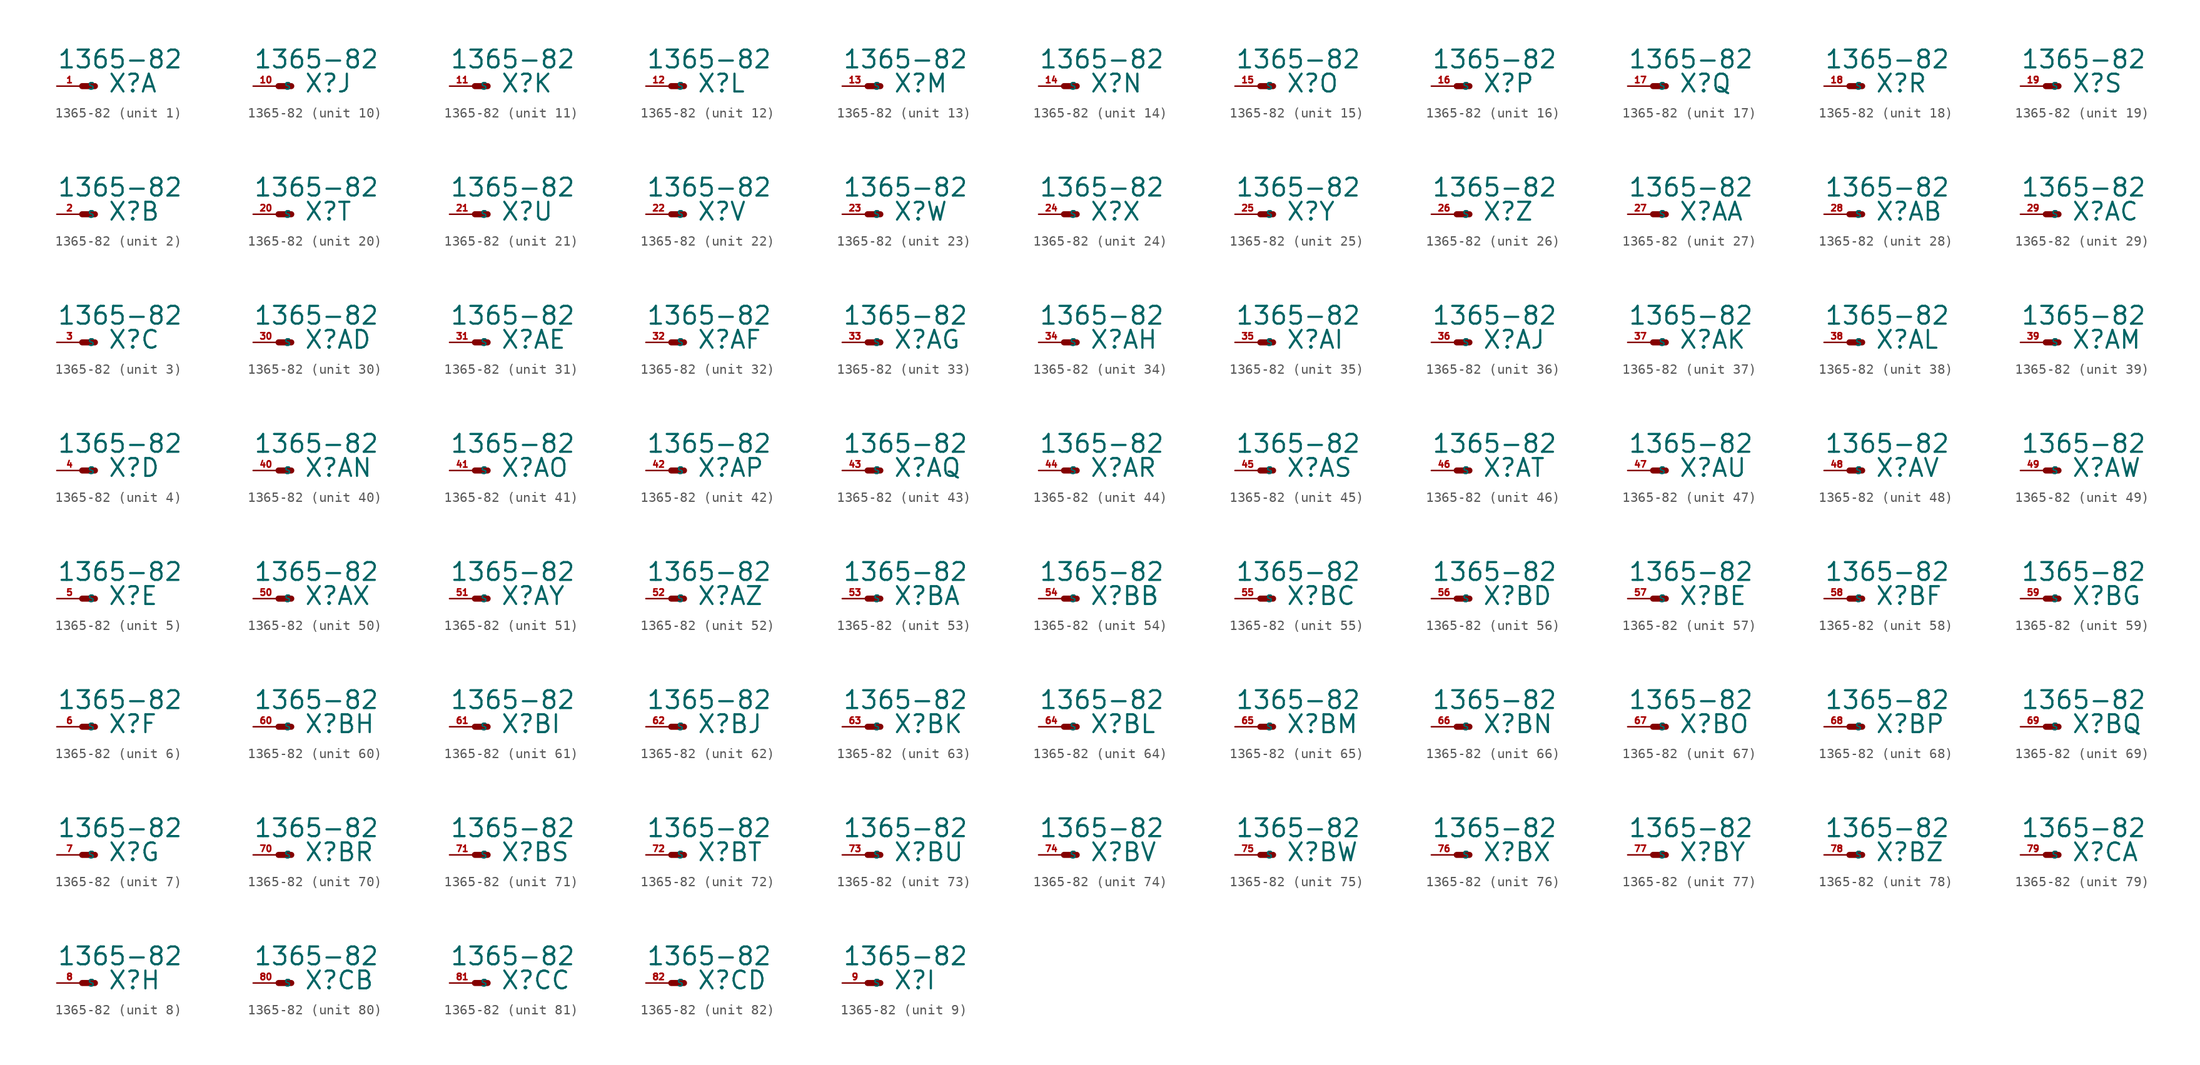
<source format=kicad_sym>
(kicad_symbol_lib
  (version 20220914)
  (generator Eagle2Kicad)
  (symbol "1365-82"
    (property "Reference" "X"
      (at 2.54 -0.762 0)
      (effects (font (size 1.778 1.778) (thickness 0.22)) (justify left bottom)))
    (property "Value" "1365-82"
      (at -2.54 1.651 0)
      (effects (font (size 1.778 1.778) (thickness 0.22)) (justify left bottom)))
    (symbol "1365-82_1_0"
      (polyline (pts (xy 0 0) (xy 1.27 0)) (stroke (width 0.61) (type default)) (fill (type none)))
      (pin passive line (at -2.54 0 0) (length 2.54) (name "S" (effects (font (size 0.635 0.635) (thickness 0.08)) (justify left bottom))) (number "1" (effects (font (size 0.635 0.635) (thickness 0.08)) (justify left bottom)))))
    (symbol "1365-82_2_0"
      (polyline (pts (xy 0 0) (xy 1.27 0)) (stroke (width 0.61) (type default)) (fill (type none)))
      (pin passive line (at -2.54 0 0) (length 2.54) (name "S" (effects (font (size 0.635 0.635) (thickness 0.08)) (justify left bottom))) (number "2" (effects (font (size 0.635 0.635) (thickness 0.08)) (justify left bottom)))))
    (symbol "1365-82_3_0"
      (polyline (pts (xy 0 0) (xy 1.27 0)) (stroke (width 0.61) (type default)) (fill (type none)))
      (pin passive line (at -2.54 0 0) (length 2.54) (name "S" (effects (font (size 0.635 0.635) (thickness 0.08)) (justify left bottom))) (number "3" (effects (font (size 0.635 0.635) (thickness 0.08)) (justify left bottom)))))
    (symbol "1365-82_4_0"
      (polyline (pts (xy 0 0) (xy 1.27 0)) (stroke (width 0.61) (type default)) (fill (type none)))
      (pin passive line (at -2.54 0 0) (length 2.54) (name "S" (effects (font (size 0.635 0.635) (thickness 0.08)) (justify left bottom))) (number "4" (effects (font (size 0.635 0.635) (thickness 0.08)) (justify left bottom)))))
    (symbol "1365-82_5_0"
      (polyline (pts (xy 0 0) (xy 1.27 0)) (stroke (width 0.61) (type default)) (fill (type none)))
      (pin passive line (at -2.54 0 0) (length 2.54) (name "S" (effects (font (size 0.635 0.635) (thickness 0.08)) (justify left bottom))) (number "5" (effects (font (size 0.635 0.635) (thickness 0.08)) (justify left bottom)))))
    (symbol "1365-82_6_0"
      (polyline (pts (xy 0 0) (xy 1.27 0)) (stroke (width 0.61) (type default)) (fill (type none)))
      (pin passive line (at -2.54 0 0) (length 2.54) (name "S" (effects (font (size 0.635 0.635) (thickness 0.08)) (justify left bottom))) (number "6" (effects (font (size 0.635 0.635) (thickness 0.08)) (justify left bottom)))))
    (symbol "1365-82_7_0"
      (polyline (pts (xy 0 0) (xy 1.27 0)) (stroke (width 0.61) (type default)) (fill (type none)))
      (pin passive line (at -2.54 0 0) (length 2.54) (name "S" (effects (font (size 0.635 0.635) (thickness 0.08)) (justify left bottom))) (number "7" (effects (font (size 0.635 0.635) (thickness 0.08)) (justify left bottom)))))
    (symbol "1365-82_8_0"
      (polyline (pts (xy 0 0) (xy 1.27 0)) (stroke (width 0.61) (type default)) (fill (type none)))
      (pin passive line (at -2.54 0 0) (length 2.54) (name "S" (effects (font (size 0.635 0.635) (thickness 0.08)) (justify left bottom))) (number "8" (effects (font (size 0.635 0.635) (thickness 0.08)) (justify left bottom)))))
    (symbol "1365-82_9_0"
      (polyline (pts (xy 0 0) (xy 1.27 0)) (stroke (width 0.61) (type default)) (fill (type none)))
      (pin passive line (at -2.54 0 0) (length 2.54) (name "S" (effects (font (size 0.635 0.635) (thickness 0.08)) (justify left bottom))) (number "9" (effects (font (size 0.635 0.635) (thickness 0.08)) (justify left bottom)))))
    (symbol "1365-82_10_0"
      (polyline (pts (xy 0 0) (xy 1.27 0)) (stroke (width 0.61) (type default)) (fill (type none)))
      (pin passive line (at -2.54 0 0) (length 2.54) (name "S" (effects (font (size 0.635 0.635) (thickness 0.08)) (justify left bottom))) (number "10" (effects (font (size 0.635 0.635) (thickness 0.08)) (justify left bottom)))))
    (symbol "1365-82_11_0"
      (polyline (pts (xy 0 0) (xy 1.27 0)) (stroke (width 0.61) (type default)) (fill (type none)))
      (pin passive line (at -2.54 0 0) (length 2.54) (name "S" (effects (font (size 0.635 0.635) (thickness 0.08)) (justify left bottom))) (number "11" (effects (font (size 0.635 0.635) (thickness 0.08)) (justify left bottom)))))
    (symbol "1365-82_12_0"
      (polyline (pts (xy 0 0) (xy 1.27 0)) (stroke (width 0.61) (type default)) (fill (type none)))
      (pin passive line (at -2.54 0 0) (length 2.54) (name "S" (effects (font (size 0.635 0.635) (thickness 0.08)) (justify left bottom))) (number "12" (effects (font (size 0.635 0.635) (thickness 0.08)) (justify left bottom)))))
    (symbol "1365-82_13_0"
      (polyline (pts (xy 0 0) (xy 1.27 0)) (stroke (width 0.61) (type default)) (fill (type none)))
      (pin passive line (at -2.54 0 0) (length 2.54) (name "S" (effects (font (size 0.635 0.635) (thickness 0.08)) (justify left bottom))) (number "13" (effects (font (size 0.635 0.635) (thickness 0.08)) (justify left bottom)))))
    (symbol "1365-82_14_0"
      (polyline (pts (xy 0 0) (xy 1.27 0)) (stroke (width 0.61) (type default)) (fill (type none)))
      (pin passive line (at -2.54 0 0) (length 2.54) (name "S" (effects (font (size 0.635 0.635) (thickness 0.08)) (justify left bottom))) (number "14" (effects (font (size 0.635 0.635) (thickness 0.08)) (justify left bottom)))))
    (symbol "1365-82_15_0"
      (polyline (pts (xy 0 0) (xy 1.27 0)) (stroke (width 0.61) (type default)) (fill (type none)))
      (pin passive line (at -2.54 0 0) (length 2.54) (name "S" (effects (font (size 0.635 0.635) (thickness 0.08)) (justify left bottom))) (number "15" (effects (font (size 0.635 0.635) (thickness 0.08)) (justify left bottom)))))
    (symbol "1365-82_16_0"
      (polyline (pts (xy 0 0) (xy 1.27 0)) (stroke (width 0.61) (type default)) (fill (type none)))
      (pin passive line (at -2.54 0 0) (length 2.54) (name "S" (effects (font (size 0.635 0.635) (thickness 0.08)) (justify left bottom))) (number "16" (effects (font (size 0.635 0.635) (thickness 0.08)) (justify left bottom)))))
    (symbol "1365-82_17_0"
      (polyline (pts (xy 0 0) (xy 1.27 0)) (stroke (width 0.61) (type default)) (fill (type none)))
      (pin passive line (at -2.54 0 0) (length 2.54) (name "S" (effects (font (size 0.635 0.635) (thickness 0.08)) (justify left bottom))) (number "17" (effects (font (size 0.635 0.635) (thickness 0.08)) (justify left bottom)))))
    (symbol "1365-82_18_0"
      (polyline (pts (xy 0 0) (xy 1.27 0)) (stroke (width 0.61) (type default)) (fill (type none)))
      (pin passive line (at -2.54 0 0) (length 2.54) (name "S" (effects (font (size 0.635 0.635) (thickness 0.08)) (justify left bottom))) (number "18" (effects (font (size 0.635 0.635) (thickness 0.08)) (justify left bottom)))))
    (symbol "1365-82_19_0"
      (polyline (pts (xy 0 0) (xy 1.27 0)) (stroke (width 0.61) (type default)) (fill (type none)))
      (pin passive line (at -2.54 0 0) (length 2.54) (name "S" (effects (font (size 0.635 0.635) (thickness 0.08)) (justify left bottom))) (number "19" (effects (font (size 0.635 0.635) (thickness 0.08)) (justify left bottom)))))
    (symbol "1365-82_20_0"
      (polyline (pts (xy 0 0) (xy 1.27 0)) (stroke (width 0.61) (type default)) (fill (type none)))
      (pin passive line (at -2.54 0 0) (length 2.54) (name "S" (effects (font (size 0.635 0.635) (thickness 0.08)) (justify left bottom))) (number "20" (effects (font (size 0.635 0.635) (thickness 0.08)) (justify left bottom)))))
    (symbol "1365-82_21_0"
      (polyline (pts (xy 0 0) (xy 1.27 0)) (stroke (width 0.61) (type default)) (fill (type none)))
      (pin passive line (at -2.54 0 0) (length 2.54) (name "S" (effects (font (size 0.635 0.635) (thickness 0.08)) (justify left bottom))) (number "21" (effects (font (size 0.635 0.635) (thickness 0.08)) (justify left bottom)))))
    (symbol "1365-82_22_0"
      (polyline (pts (xy 0 0) (xy 1.27 0)) (stroke (width 0.61) (type default)) (fill (type none)))
      (pin passive line (at -2.54 0 0) (length 2.54) (name "S" (effects (font (size 0.635 0.635) (thickness 0.08)) (justify left bottom))) (number "22" (effects (font (size 0.635 0.635) (thickness 0.08)) (justify left bottom)))))
    (symbol "1365-82_23_0"
      (polyline (pts (xy 0 0) (xy 1.27 0)) (stroke (width 0.61) (type default)) (fill (type none)))
      (pin passive line (at -2.54 0 0) (length 2.54) (name "S" (effects (font (size 0.635 0.635) (thickness 0.08)) (justify left bottom))) (number "23" (effects (font (size 0.635 0.635) (thickness 0.08)) (justify left bottom)))))
    (symbol "1365-82_24_0"
      (polyline (pts (xy 0 0) (xy 1.27 0)) (stroke (width 0.61) (type default)) (fill (type none)))
      (pin passive line (at -2.54 0 0) (length 2.54) (name "S" (effects (font (size 0.635 0.635) (thickness 0.08)) (justify left bottom))) (number "24" (effects (font (size 0.635 0.635) (thickness 0.08)) (justify left bottom)))))
    (symbol "1365-82_25_0"
      (polyline (pts (xy 0 0) (xy 1.27 0)) (stroke (width 0.61) (type default)) (fill (type none)))
      (pin passive line (at -2.54 0 0) (length 2.54) (name "S" (effects (font (size 0.635 0.635) (thickness 0.08)) (justify left bottom))) (number "25" (effects (font (size 0.635 0.635) (thickness 0.08)) (justify left bottom)))))
    (symbol "1365-82_26_0"
      (polyline (pts (xy 0 0) (xy 1.27 0)) (stroke (width 0.61) (type default)) (fill (type none)))
      (pin passive line (at -2.54 0 0) (length 2.54) (name "S" (effects (font (size 0.635 0.635) (thickness 0.08)) (justify left bottom))) (number "26" (effects (font (size 0.635 0.635) (thickness 0.08)) (justify left bottom)))))
    (symbol "1365-82_27_0"
      (polyline (pts (xy 0 0) (xy 1.27 0)) (stroke (width 0.61) (type default)) (fill (type none)))
      (pin passive line (at -2.54 0 0) (length 2.54) (name "S" (effects (font (size 0.635 0.635) (thickness 0.08)) (justify left bottom))) (number "27" (effects (font (size 0.635 0.635) (thickness 0.08)) (justify left bottom)))))
    (symbol "1365-82_28_0"
      (polyline (pts (xy 0 0) (xy 1.27 0)) (stroke (width 0.61) (type default)) (fill (type none)))
      (pin passive line (at -2.54 0 0) (length 2.54) (name "S" (effects (font (size 0.635 0.635) (thickness 0.08)) (justify left bottom))) (number "28" (effects (font (size 0.635 0.635) (thickness 0.08)) (justify left bottom)))))
    (symbol "1365-82_29_0"
      (polyline (pts (xy 0 0) (xy 1.27 0)) (stroke (width 0.61) (type default)) (fill (type none)))
      (pin passive line (at -2.54 0 0) (length 2.54) (name "S" (effects (font (size 0.635 0.635) (thickness 0.08)) (justify left bottom))) (number "29" (effects (font (size 0.635 0.635) (thickness 0.08)) (justify left bottom)))))
    (symbol "1365-82_30_0"
      (polyline (pts (xy 0 0) (xy 1.27 0)) (stroke (width 0.61) (type default)) (fill (type none)))
      (pin passive line (at -2.54 0 0) (length 2.54) (name "S" (effects (font (size 0.635 0.635) (thickness 0.08)) (justify left bottom))) (number "30" (effects (font (size 0.635 0.635) (thickness 0.08)) (justify left bottom)))))
    (symbol "1365-82_31_0"
      (polyline (pts (xy 0 0) (xy 1.27 0)) (stroke (width 0.61) (type default)) (fill (type none)))
      (pin passive line (at -2.54 0 0) (length 2.54) (name "S" (effects (font (size 0.635 0.635) (thickness 0.08)) (justify left bottom))) (number "31" (effects (font (size 0.635 0.635) (thickness 0.08)) (justify left bottom)))))
    (symbol "1365-82_32_0"
      (polyline (pts (xy 0 0) (xy 1.27 0)) (stroke (width 0.61) (type default)) (fill (type none)))
      (pin passive line (at -2.54 0 0) (length 2.54) (name "S" (effects (font (size 0.635 0.635) (thickness 0.08)) (justify left bottom))) (number "32" (effects (font (size 0.635 0.635) (thickness 0.08)) (justify left bottom)))))
    (symbol "1365-82_33_0"
      (polyline (pts (xy 0 0) (xy 1.27 0)) (stroke (width 0.61) (type default)) (fill (type none)))
      (pin passive line (at -2.54 0 0) (length 2.54) (name "S" (effects (font (size 0.635 0.635) (thickness 0.08)) (justify left bottom))) (number "33" (effects (font (size 0.635 0.635) (thickness 0.08)) (justify left bottom)))))
    (symbol "1365-82_34_0"
      (polyline (pts (xy 0 0) (xy 1.27 0)) (stroke (width 0.61) (type default)) (fill (type none)))
      (pin passive line (at -2.54 0 0) (length 2.54) (name "S" (effects (font (size 0.635 0.635) (thickness 0.08)) (justify left bottom))) (number "34" (effects (font (size 0.635 0.635) (thickness 0.08)) (justify left bottom)))))
    (symbol "1365-82_35_0"
      (polyline (pts (xy 0 0) (xy 1.27 0)) (stroke (width 0.61) (type default)) (fill (type none)))
      (pin passive line (at -2.54 0 0) (length 2.54) (name "S" (effects (font (size 0.635 0.635) (thickness 0.08)) (justify left bottom))) (number "35" (effects (font (size 0.635 0.635) (thickness 0.08)) (justify left bottom)))))
    (symbol "1365-82_36_0"
      (polyline (pts (xy 0 0) (xy 1.27 0)) (stroke (width 0.61) (type default)) (fill (type none)))
      (pin passive line (at -2.54 0 0) (length 2.54) (name "S" (effects (font (size 0.635 0.635) (thickness 0.08)) (justify left bottom))) (number "36" (effects (font (size 0.635 0.635) (thickness 0.08)) (justify left bottom)))))
    (symbol "1365-82_37_0"
      (polyline (pts (xy 0 0) (xy 1.27 0)) (stroke (width 0.61) (type default)) (fill (type none)))
      (pin passive line (at -2.54 0 0) (length 2.54) (name "S" (effects (font (size 0.635 0.635) (thickness 0.08)) (justify left bottom))) (number "37" (effects (font (size 0.635 0.635) (thickness 0.08)) (justify left bottom)))))
    (symbol "1365-82_38_0"
      (polyline (pts (xy 0 0) (xy 1.27 0)) (stroke (width 0.61) (type default)) (fill (type none)))
      (pin passive line (at -2.54 0 0) (length 2.54) (name "S" (effects (font (size 0.635 0.635) (thickness 0.08)) (justify left bottom))) (number "38" (effects (font (size 0.635 0.635) (thickness 0.08)) (justify left bottom)))))
    (symbol "1365-82_39_0"
      (polyline (pts (xy 0 0) (xy 1.27 0)) (stroke (width 0.61) (type default)) (fill (type none)))
      (pin passive line (at -2.54 0 0) (length 2.54) (name "S" (effects (font (size 0.635 0.635) (thickness 0.08)) (justify left bottom))) (number "39" (effects (font (size 0.635 0.635) (thickness 0.08)) (justify left bottom)))))
    (symbol "1365-82_40_0"
      (polyline (pts (xy 0 0) (xy 1.27 0)) (stroke (width 0.61) (type default)) (fill (type none)))
      (pin passive line (at -2.54 0 0) (length 2.54) (name "S" (effects (font (size 0.635 0.635) (thickness 0.08)) (justify left bottom))) (number "40" (effects (font (size 0.635 0.635) (thickness 0.08)) (justify left bottom)))))
    (symbol "1365-82_41_0"
      (polyline (pts (xy 0 0) (xy 1.27 0)) (stroke (width 0.61) (type default)) (fill (type none)))
      (pin passive line (at -2.54 0 0) (length 2.54) (name "S" (effects (font (size 0.635 0.635) (thickness 0.08)) (justify left bottom))) (number "41" (effects (font (size 0.635 0.635) (thickness 0.08)) (justify left bottom)))))
    (symbol "1365-82_42_0"
      (polyline (pts (xy 0 0) (xy 1.27 0)) (stroke (width 0.61) (type default)) (fill (type none)))
      (pin passive line (at -2.54 0 0) (length 2.54) (name "S" (effects (font (size 0.635 0.635) (thickness 0.08)) (justify left bottom))) (number "42" (effects (font (size 0.635 0.635) (thickness 0.08)) (justify left bottom)))))
    (symbol "1365-82_43_0"
      (polyline (pts (xy 0 0) (xy 1.27 0)) (stroke (width 0.61) (type default)) (fill (type none)))
      (pin passive line (at -2.54 0 0) (length 2.54) (name "S" (effects (font (size 0.635 0.635) (thickness 0.08)) (justify left bottom))) (number "43" (effects (font (size 0.635 0.635) (thickness 0.08)) (justify left bottom)))))
    (symbol "1365-82_44_0"
      (polyline (pts (xy 0 0) (xy 1.27 0)) (stroke (width 0.61) (type default)) (fill (type none)))
      (pin passive line (at -2.54 0 0) (length 2.54) (name "S" (effects (font (size 0.635 0.635) (thickness 0.08)) (justify left bottom))) (number "44" (effects (font (size 0.635 0.635) (thickness 0.08)) (justify left bottom)))))
    (symbol "1365-82_45_0"
      (polyline (pts (xy 0 0) (xy 1.27 0)) (stroke (width 0.61) (type default)) (fill (type none)))
      (pin passive line (at -2.54 0 0) (length 2.54) (name "S" (effects (font (size 0.635 0.635) (thickness 0.08)) (justify left bottom))) (number "45" (effects (font (size 0.635 0.635) (thickness 0.08)) (justify left bottom)))))
    (symbol "1365-82_46_0"
      (polyline (pts (xy 0 0) (xy 1.27 0)) (stroke (width 0.61) (type default)) (fill (type none)))
      (pin passive line (at -2.54 0 0) (length 2.54) (name "S" (effects (font (size 0.635 0.635) (thickness 0.08)) (justify left bottom))) (number "46" (effects (font (size 0.635 0.635) (thickness 0.08)) (justify left bottom)))))
    (symbol "1365-82_47_0"
      (polyline (pts (xy 0 0) (xy 1.27 0)) (stroke (width 0.61) (type default)) (fill (type none)))
      (pin passive line (at -2.54 0 0) (length 2.54) (name "S" (effects (font (size 0.635 0.635) (thickness 0.08)) (justify left bottom))) (number "47" (effects (font (size 0.635 0.635) (thickness 0.08)) (justify left bottom)))))
    (symbol "1365-82_48_0"
      (polyline (pts (xy 0 0) (xy 1.27 0)) (stroke (width 0.61) (type default)) (fill (type none)))
      (pin passive line (at -2.54 0 0) (length 2.54) (name "S" (effects (font (size 0.635 0.635) (thickness 0.08)) (justify left bottom))) (number "48" (effects (font (size 0.635 0.635) (thickness 0.08)) (justify left bottom)))))
    (symbol "1365-82_49_0"
      (polyline (pts (xy 0 0) (xy 1.27 0)) (stroke (width 0.61) (type default)) (fill (type none)))
      (pin passive line (at -2.54 0 0) (length 2.54) (name "S" (effects (font (size 0.635 0.635) (thickness 0.08)) (justify left bottom))) (number "49" (effects (font (size 0.635 0.635) (thickness 0.08)) (justify left bottom)))))
    (symbol "1365-82_50_0"
      (polyline (pts (xy 0 0) (xy 1.27 0)) (stroke (width 0.61) (type default)) (fill (type none)))
      (pin passive line (at -2.54 0 0) (length 2.54) (name "S" (effects (font (size 0.635 0.635) (thickness 0.08)) (justify left bottom))) (number "50" (effects (font (size 0.635 0.635) (thickness 0.08)) (justify left bottom)))))
    (symbol "1365-82_51_0"
      (polyline (pts (xy 0 0) (xy 1.27 0)) (stroke (width 0.61) (type default)) (fill (type none)))
      (pin passive line (at -2.54 0 0) (length 2.54) (name "S" (effects (font (size 0.635 0.635) (thickness 0.08)) (justify left bottom))) (number "51" (effects (font (size 0.635 0.635) (thickness 0.08)) (justify left bottom)))))
    (symbol "1365-82_52_0"
      (polyline (pts (xy 0 0) (xy 1.27 0)) (stroke (width 0.61) (type default)) (fill (type none)))
      (pin passive line (at -2.54 0 0) (length 2.54) (name "S" (effects (font (size 0.635 0.635) (thickness 0.08)) (justify left bottom))) (number "52" (effects (font (size 0.635 0.635) (thickness 0.08)) (justify left bottom)))))
    (symbol "1365-82_53_0"
      (polyline (pts (xy 0 0) (xy 1.27 0)) (stroke (width 0.61) (type default)) (fill (type none)))
      (pin passive line (at -2.54 0 0) (length 2.54) (name "S" (effects (font (size 0.635 0.635) (thickness 0.08)) (justify left bottom))) (number "53" (effects (font (size 0.635 0.635) (thickness 0.08)) (justify left bottom)))))
    (symbol "1365-82_54_0"
      (polyline (pts (xy 0 0) (xy 1.27 0)) (stroke (width 0.61) (type default)) (fill (type none)))
      (pin passive line (at -2.54 0 0) (length 2.54) (name "S" (effects (font (size 0.635 0.635) (thickness 0.08)) (justify left bottom))) (number "54" (effects (font (size 0.635 0.635) (thickness 0.08)) (justify left bottom)))))
    (symbol "1365-82_55_0"
      (polyline (pts (xy 0 0) (xy 1.27 0)) (stroke (width 0.61) (type default)) (fill (type none)))
      (pin passive line (at -2.54 0 0) (length 2.54) (name "S" (effects (font (size 0.635 0.635) (thickness 0.08)) (justify left bottom))) (number "55" (effects (font (size 0.635 0.635) (thickness 0.08)) (justify left bottom)))))
    (symbol "1365-82_56_0"
      (polyline (pts (xy 0 0) (xy 1.27 0)) (stroke (width 0.61) (type default)) (fill (type none)))
      (pin passive line (at -2.54 0 0) (length 2.54) (name "S" (effects (font (size 0.635 0.635) (thickness 0.08)) (justify left bottom))) (number "56" (effects (font (size 0.635 0.635) (thickness 0.08)) (justify left bottom)))))
    (symbol "1365-82_57_0"
      (polyline (pts (xy 0 0) (xy 1.27 0)) (stroke (width 0.61) (type default)) (fill (type none)))
      (pin passive line (at -2.54 0 0) (length 2.54) (name "S" (effects (font (size 0.635 0.635) (thickness 0.08)) (justify left bottom))) (number "57" (effects (font (size 0.635 0.635) (thickness 0.08)) (justify left bottom)))))
    (symbol "1365-82_58_0"
      (polyline (pts (xy 0 0) (xy 1.27 0)) (stroke (width 0.61) (type default)) (fill (type none)))
      (pin passive line (at -2.54 0 0) (length 2.54) (name "S" (effects (font (size 0.635 0.635) (thickness 0.08)) (justify left bottom))) (number "58" (effects (font (size 0.635 0.635) (thickness 0.08)) (justify left bottom)))))
    (symbol "1365-82_59_0"
      (polyline (pts (xy 0 0) (xy 1.27 0)) (stroke (width 0.61) (type default)) (fill (type none)))
      (pin passive line (at -2.54 0 0) (length 2.54) (name "S" (effects (font (size 0.635 0.635) (thickness 0.08)) (justify left bottom))) (number "59" (effects (font (size 0.635 0.635) (thickness 0.08)) (justify left bottom)))))
    (symbol "1365-82_60_0"
      (polyline (pts (xy 0 0) (xy 1.27 0)) (stroke (width 0.61) (type default)) (fill (type none)))
      (pin passive line (at -2.54 0 0) (length 2.54) (name "S" (effects (font (size 0.635 0.635) (thickness 0.08)) (justify left bottom))) (number "60" (effects (font (size 0.635 0.635) (thickness 0.08)) (justify left bottom)))))
    (symbol "1365-82_61_0"
      (polyline (pts (xy 0 0) (xy 1.27 0)) (stroke (width 0.61) (type default)) (fill (type none)))
      (pin passive line (at -2.54 0 0) (length 2.54) (name "S" (effects (font (size 0.635 0.635) (thickness 0.08)) (justify left bottom))) (number "61" (effects (font (size 0.635 0.635) (thickness 0.08)) (justify left bottom)))))
    (symbol "1365-82_62_0"
      (polyline (pts (xy 0 0) (xy 1.27 0)) (stroke (width 0.61) (type default)) (fill (type none)))
      (pin passive line (at -2.54 0 0) (length 2.54) (name "S" (effects (font (size 0.635 0.635) (thickness 0.08)) (justify left bottom))) (number "62" (effects (font (size 0.635 0.635) (thickness 0.08)) (justify left bottom)))))
    (symbol "1365-82_63_0"
      (polyline (pts (xy 0 0) (xy 1.27 0)) (stroke (width 0.61) (type default)) (fill (type none)))
      (pin passive line (at -2.54 0 0) (length 2.54) (name "S" (effects (font (size 0.635 0.635) (thickness 0.08)) (justify left bottom))) (number "63" (effects (font (size 0.635 0.635) (thickness 0.08)) (justify left bottom)))))
    (symbol "1365-82_64_0"
      (polyline (pts (xy 0 0) (xy 1.27 0)) (stroke (width 0.61) (type default)) (fill (type none)))
      (pin passive line (at -2.54 0 0) (length 2.54) (name "S" (effects (font (size 0.635 0.635) (thickness 0.08)) (justify left bottom))) (number "64" (effects (font (size 0.635 0.635) (thickness 0.08)) (justify left bottom)))))
    (symbol "1365-82_65_0"
      (polyline (pts (xy 0 0) (xy 1.27 0)) (stroke (width 0.61) (type default)) (fill (type none)))
      (pin passive line (at -2.54 0 0) (length 2.54) (name "S" (effects (font (size 0.635 0.635) (thickness 0.08)) (justify left bottom))) (number "65" (effects (font (size 0.635 0.635) (thickness 0.08)) (justify left bottom)))))
    (symbol "1365-82_66_0"
      (polyline (pts (xy 0 0) (xy 1.27 0)) (stroke (width 0.61) (type default)) (fill (type none)))
      (pin passive line (at -2.54 0 0) (length 2.54) (name "S" (effects (font (size 0.635 0.635) (thickness 0.08)) (justify left bottom))) (number "66" (effects (font (size 0.635 0.635) (thickness 0.08)) (justify left bottom)))))
    (symbol "1365-82_67_0"
      (polyline (pts (xy 0 0) (xy 1.27 0)) (stroke (width 0.61) (type default)) (fill (type none)))
      (pin passive line (at -2.54 0 0) (length 2.54) (name "S" (effects (font (size 0.635 0.635) (thickness 0.08)) (justify left bottom))) (number "67" (effects (font (size 0.635 0.635) (thickness 0.08)) (justify left bottom)))))
    (symbol "1365-82_68_0"
      (polyline (pts (xy 0 0) (xy 1.27 0)) (stroke (width 0.61) (type default)) (fill (type none)))
      (pin passive line (at -2.54 0 0) (length 2.54) (name "S" (effects (font (size 0.635 0.635) (thickness 0.08)) (justify left bottom))) (number "68" (effects (font (size 0.635 0.635) (thickness 0.08)) (justify left bottom)))))
    (symbol "1365-82_69_0"
      (polyline (pts (xy 0 0) (xy 1.27 0)) (stroke (width 0.61) (type default)) (fill (type none)))
      (pin passive line (at -2.54 0 0) (length 2.54) (name "S" (effects (font (size 0.635 0.635) (thickness 0.08)) (justify left bottom))) (number "69" (effects (font (size 0.635 0.635) (thickness 0.08)) (justify left bottom)))))
    (symbol "1365-82_70_0"
      (polyline (pts (xy 0 0) (xy 1.27 0)) (stroke (width 0.61) (type default)) (fill (type none)))
      (pin passive line (at -2.54 0 0) (length 2.54) (name "S" (effects (font (size 0.635 0.635) (thickness 0.08)) (justify left bottom))) (number "70" (effects (font (size 0.635 0.635) (thickness 0.08)) (justify left bottom)))))
    (symbol "1365-82_71_0"
      (polyline (pts (xy 0 0) (xy 1.27 0)) (stroke (width 0.61) (type default)) (fill (type none)))
      (pin passive line (at -2.54 0 0) (length 2.54) (name "S" (effects (font (size 0.635 0.635) (thickness 0.08)) (justify left bottom))) (number "71" (effects (font (size 0.635 0.635) (thickness 0.08)) (justify left bottom)))))
    (symbol "1365-82_72_0"
      (polyline (pts (xy 0 0) (xy 1.27 0)) (stroke (width 0.61) (type default)) (fill (type none)))
      (pin passive line (at -2.54 0 0) (length 2.54) (name "S" (effects (font (size 0.635 0.635) (thickness 0.08)) (justify left bottom))) (number "72" (effects (font (size 0.635 0.635) (thickness 0.08)) (justify left bottom)))))
    (symbol "1365-82_73_0"
      (polyline (pts (xy 0 0) (xy 1.27 0)) (stroke (width 0.61) (type default)) (fill (type none)))
      (pin passive line (at -2.54 0 0) (length 2.54) (name "S" (effects (font (size 0.635 0.635) (thickness 0.08)) (justify left bottom))) (number "73" (effects (font (size 0.635 0.635) (thickness 0.08)) (justify left bottom)))))
    (symbol "1365-82_74_0"
      (polyline (pts (xy 0 0) (xy 1.27 0)) (stroke (width 0.61) (type default)) (fill (type none)))
      (pin passive line (at -2.54 0 0) (length 2.54) (name "S" (effects (font (size 0.635 0.635) (thickness 0.08)) (justify left bottom))) (number "74" (effects (font (size 0.635 0.635) (thickness 0.08)) (justify left bottom)))))
    (symbol "1365-82_75_0"
      (polyline (pts (xy 0 0) (xy 1.27 0)) (stroke (width 0.61) (type default)) (fill (type none)))
      (pin passive line (at -2.54 0 0) (length 2.54) (name "S" (effects (font (size 0.635 0.635) (thickness 0.08)) (justify left bottom))) (number "75" (effects (font (size 0.635 0.635) (thickness 0.08)) (justify left bottom)))))
    (symbol "1365-82_76_0"
      (polyline (pts (xy 0 0) (xy 1.27 0)) (stroke (width 0.61) (type default)) (fill (type none)))
      (pin passive line (at -2.54 0 0) (length 2.54) (name "S" (effects (font (size 0.635 0.635) (thickness 0.08)) (justify left bottom))) (number "76" (effects (font (size 0.635 0.635) (thickness 0.08)) (justify left bottom)))))
    (symbol "1365-82_77_0"
      (polyline (pts (xy 0 0) (xy 1.27 0)) (stroke (width 0.61) (type default)) (fill (type none)))
      (pin passive line (at -2.54 0 0) (length 2.54) (name "S" (effects (font (size 0.635 0.635) (thickness 0.08)) (justify left bottom))) (number "77" (effects (font (size 0.635 0.635) (thickness 0.08)) (justify left bottom)))))
    (symbol "1365-82_78_0"
      (polyline (pts (xy 0 0) (xy 1.27 0)) (stroke (width 0.61) (type default)) (fill (type none)))
      (pin passive line (at -2.54 0 0) (length 2.54) (name "S" (effects (font (size 0.635 0.635) (thickness 0.08)) (justify left bottom))) (number "78" (effects (font (size 0.635 0.635) (thickness 0.08)) (justify left bottom)))))
    (symbol "1365-82_79_0"
      (polyline (pts (xy 0 0) (xy 1.27 0)) (stroke (width 0.61) (type default)) (fill (type none)))
      (pin passive line (at -2.54 0 0) (length 2.54) (name "S" (effects (font (size 0.635 0.635) (thickness 0.08)) (justify left bottom))) (number "79" (effects (font (size 0.635 0.635) (thickness 0.08)) (justify left bottom)))))
    (symbol "1365-82_80_0"
      (polyline (pts (xy 0 0) (xy 1.27 0)) (stroke (width 0.61) (type default)) (fill (type none)))
      (pin passive line (at -2.54 0 0) (length 2.54) (name "S" (effects (font (size 0.635 0.635) (thickness 0.08)) (justify left bottom))) (number "80" (effects (font (size 0.635 0.635) (thickness 0.08)) (justify left bottom)))))
    (symbol "1365-82_81_0"
      (polyline (pts (xy 0 0) (xy 1.27 0)) (stroke (width 0.61) (type default)) (fill (type none)))
      (pin passive line (at -2.54 0 0) (length 2.54) (name "S" (effects (font (size 0.635 0.635) (thickness 0.08)) (justify left bottom))) (number "81" (effects (font (size 0.635 0.635) (thickness 0.08)) (justify left bottom)))))
    (symbol "1365-82_82_0"
      (polyline (pts (xy 0 0) (xy 1.27 0)) (stroke (width 0.61) (type default)) (fill (type none)))
      (pin passive line (at -2.54 0 0) (length 2.54) (name "S" (effects (font (size 0.635 0.635) (thickness 0.08)) (justify left bottom))) (number "82" (effects (font (size 0.635 0.635) (thickness 0.08)) (justify left bottom)))))))
</source>
